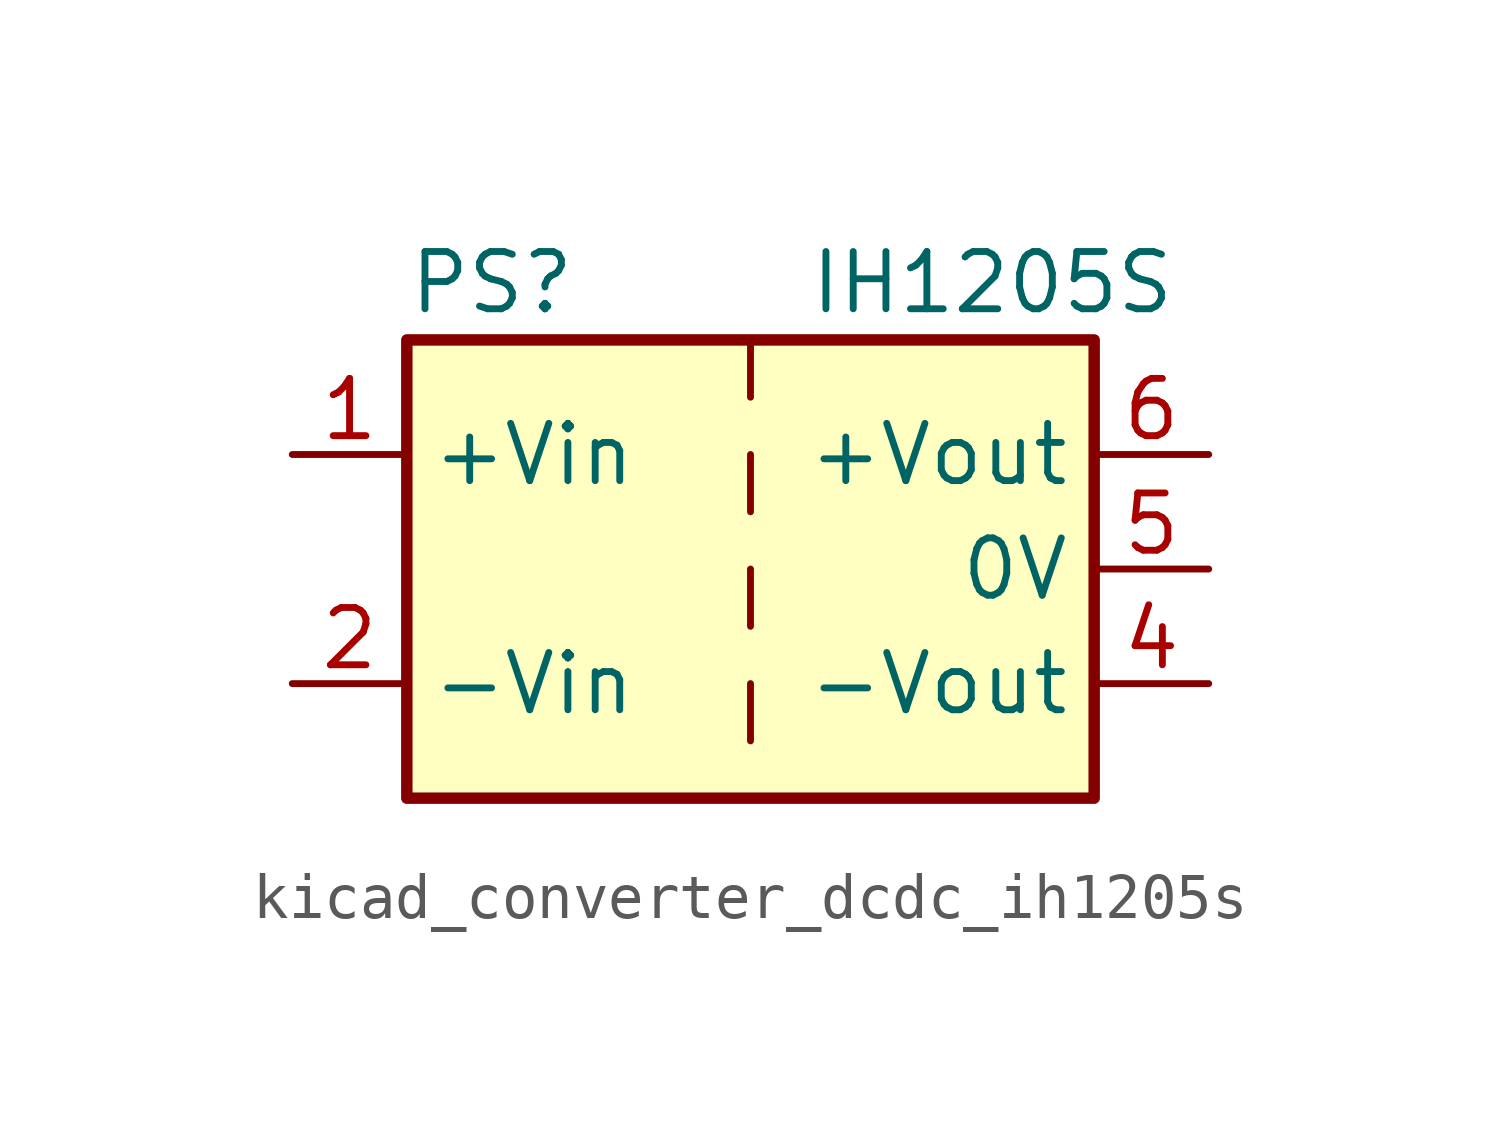
<source format=kicad_sym>
(kicad_symbol_lib
  (version 20220914)
  (generator kicad_symbol_editor)
  (symbol "kicad_converter_dcdc_ih1205s"
    (property "Reference" "PS"
      (at -7.62 6.35 0)
      (effects (font (size 1.27 1.27)) (justify left)))
    (property "Value" "IH1205S"
      (at 1.27 6.35 0)
      (effects (font (size 1.27 1.27)) (justify left)))
    (symbol "kicad_converter_dcdc_ih1205s_0_0"
      (pin power_in line (at -10.16 2.54 0) (length 2.54) (name "+Vin" (effects (font (size 1.27 1.27)))) (number "1" (effects (font (size 1.27 1.27)))))
      (pin power_in line (at -10.16 -2.54 0) (length 2.54) (name "-Vin" (effects (font (size 1.27 1.27)))) (number "2" (effects (font (size 1.27 1.27)))))
      (pin power_out line (at 10.16 -2.54 180) (length 2.54) (name "-Vout" (effects (font (size 1.27 1.27)))) (number "4" (effects (font (size 1.27 1.27)))))
      (pin power_out line (at 10.16 0 180) (length 2.54) (name "0V" (effects (font (size 1.27 1.27)))) (number "5" (effects (font (size 1.27 1.27)))))
      (pin power_out line (at 10.16 2.54 180) (length 2.54) (name "+Vout" (effects (font (size 1.27 1.27)))) (number "6" (effects (font (size 1.27 1.27))))))
    (symbol "kicad_converter_dcdc_ih1205s_0_1"
      (rectangle (start -7.62 5.08) (end 7.62 -5.08) (stroke (width 0.254) (type default)) (fill (type background)))
      (polyline (pts (xy 0 -2.54) (xy 0 -3.81)) (stroke (width 0) (type default)) (fill (type none)))
      (polyline (pts (xy 0 0) (xy 0 -1.27)) (stroke (width 0) (type default)) (fill (type none)))
      (polyline (pts (xy 0 2.54) (xy 0 1.27)) (stroke (width 0) (type default)) (fill (type none)))
      (polyline (pts (xy 0 5.08) (xy 0 3.81)) (stroke (width 0) (type default)) (fill (type none))))))
</source>
